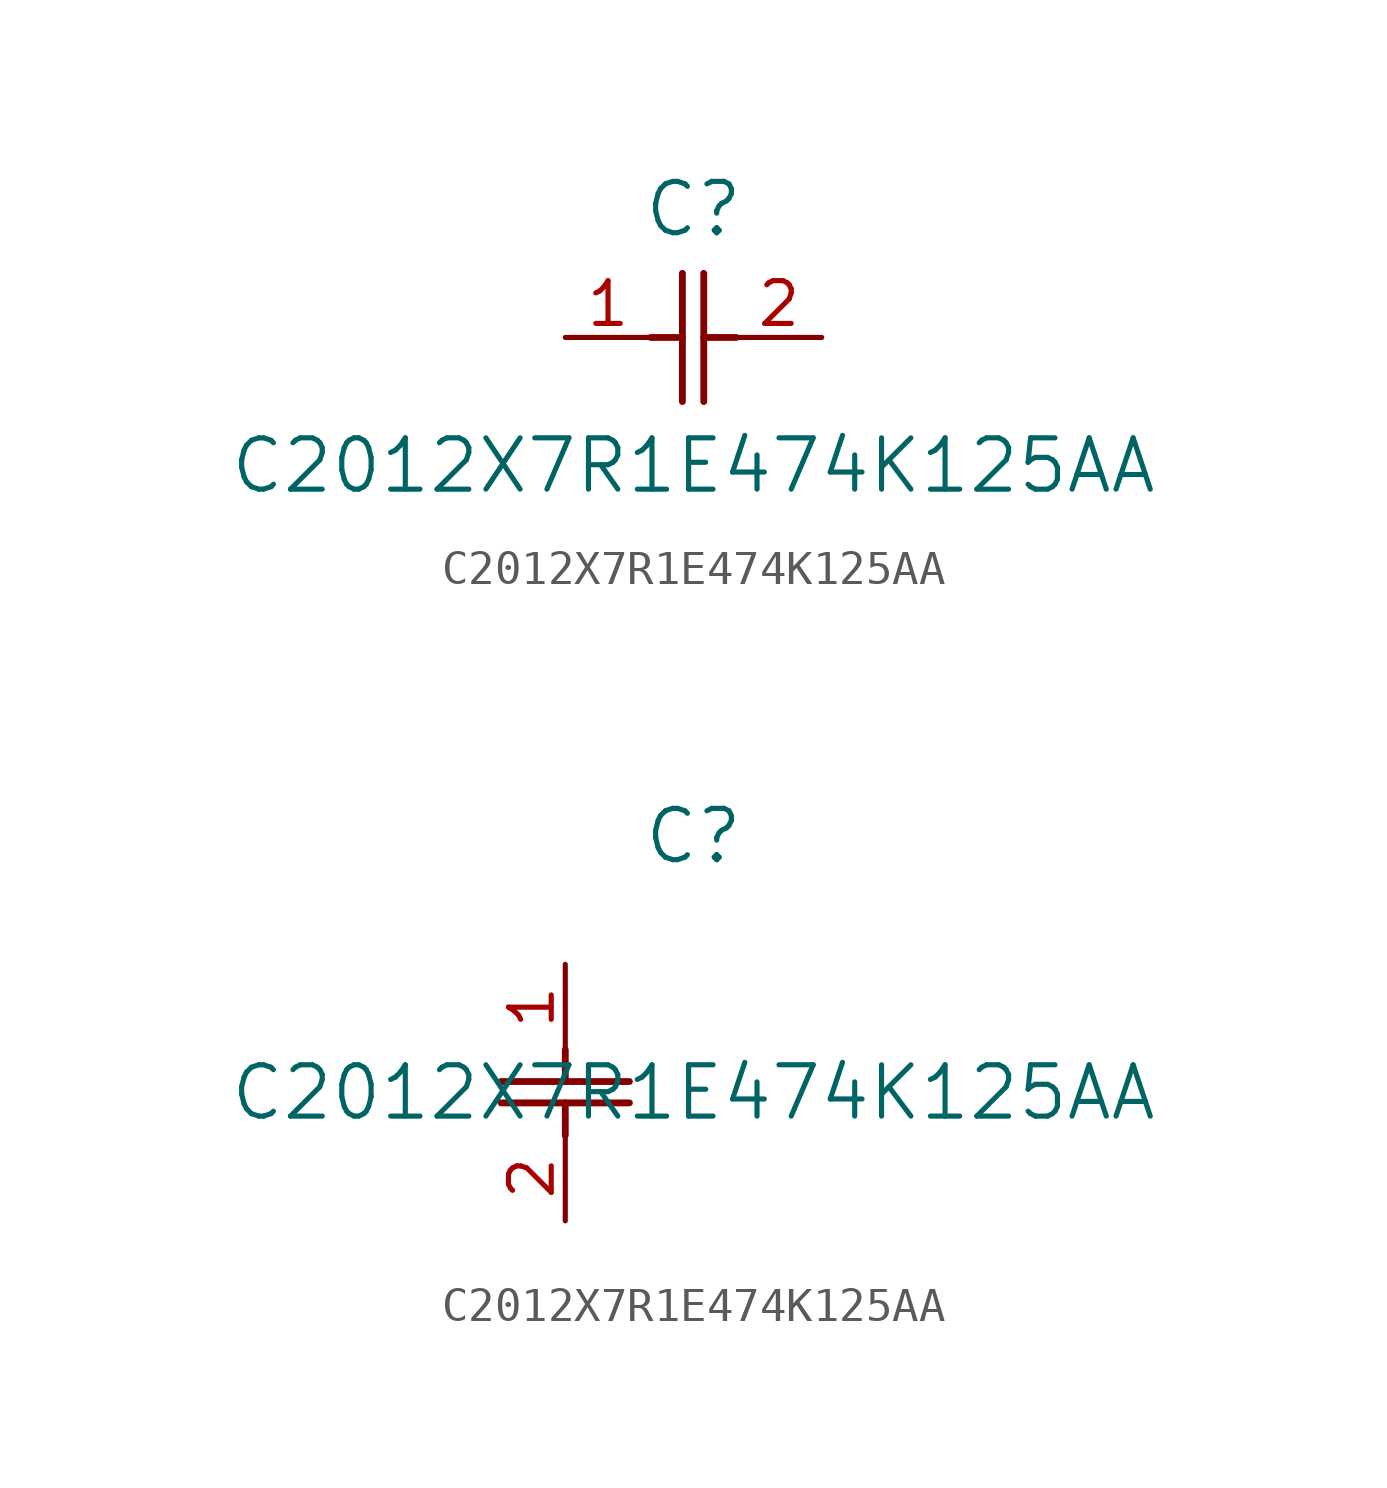
<source format=kicad_sym>
(kicad_symbol_lib
  (version 20211014)
  (generator kicad_symbol_editor)
  (symbol "C2012X7R1E474K125AA"
    (pin_names
      (offset 0.254))
    (property "Reference" "C"
      (at 3.81 3.81 0)
      (effects (font (size 1.524 1.524))))
    (property "Value" "C2012X7R1E474K125AA"
      (at 3.81 -3.81 0)
      (effects (font (size 1.524 1.524))))
    (symbol "C2012X7R1E474K125AA_1_1"
      (polyline (pts (xy 3.48 -1.905) (xy 3.48 1.905)) (stroke (width 0.203) (type default) (color 0 0 0 0)) (fill (type none)))
      (polyline (pts (xy 4.115 -1.905) (xy 4.115 1.905)) (stroke (width 0.203) (type default) (color 0 0 0 0)) (fill (type none)))
      (polyline (pts (xy 4.115 0) (xy 5.08 0)) (stroke (width 0.203) (type default) (color 0 0 0 0)) (fill (type none)))
      (polyline (pts (xy 2.54 0) (xy 3.48 0)) (stroke (width 0.203) (type default) (color 0 0 0 0)) (fill (type none)))
      (pin unspecified line (at 0 0 0) (length 2.54) (name "" (effects (font (size 1.27 1.27)))) (number "1" (effects (font (size 1.27 1.27)))))
      (pin unspecified line (at 7.62 0 180) (length 2.54) (name "" (effects (font (size 1.27 1.27)))) (number "2" (effects (font (size 1.27 1.27))))))
    (symbol "C2012X7R1E474K125AA_1_2"
      (polyline (pts (xy -1.905 -3.48) (xy 1.905 -3.48)) (stroke (width 0.203) (type default) (color 0 0 0 0)) (fill (type none)))
      (polyline (pts (xy -1.905 -4.115) (xy 1.905 -4.115)) (stroke (width 0.203) (type default) (color 0 0 0 0)) (fill (type none)))
      (polyline (pts (xy 0 -4.115) (xy 0 -5.08)) (stroke (width 0.203) (type default) (color 0 0 0 0)) (fill (type none)))
      (polyline (pts (xy 0 -2.54) (xy 0 -3.48)) (stroke (width 0.203) (type default) (color 0 0 0 0)) (fill (type none)))
      (pin unspecified line (at 0 0 270) (length 2.54) (name "" (effects (font (size 1.27 1.27)))) (number "1" (effects (font (size 1.27 1.27)))))
      (pin unspecified line (at 0 -7.62 90) (length 2.54) (name "" (effects (font (size 1.27 1.27)))) (number "2" (effects (font (size 1.27 1.27))))))))
</source>
